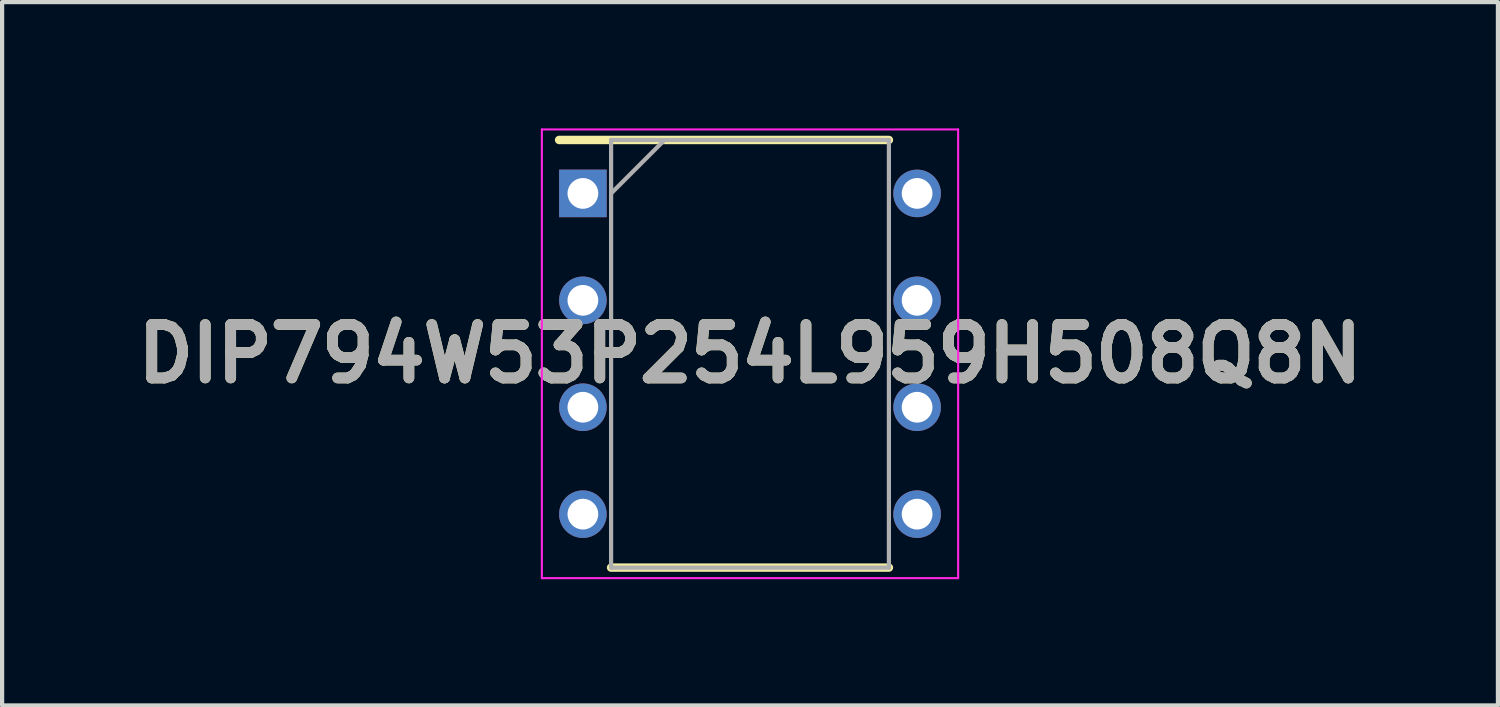
<source format=kicad_pcb>
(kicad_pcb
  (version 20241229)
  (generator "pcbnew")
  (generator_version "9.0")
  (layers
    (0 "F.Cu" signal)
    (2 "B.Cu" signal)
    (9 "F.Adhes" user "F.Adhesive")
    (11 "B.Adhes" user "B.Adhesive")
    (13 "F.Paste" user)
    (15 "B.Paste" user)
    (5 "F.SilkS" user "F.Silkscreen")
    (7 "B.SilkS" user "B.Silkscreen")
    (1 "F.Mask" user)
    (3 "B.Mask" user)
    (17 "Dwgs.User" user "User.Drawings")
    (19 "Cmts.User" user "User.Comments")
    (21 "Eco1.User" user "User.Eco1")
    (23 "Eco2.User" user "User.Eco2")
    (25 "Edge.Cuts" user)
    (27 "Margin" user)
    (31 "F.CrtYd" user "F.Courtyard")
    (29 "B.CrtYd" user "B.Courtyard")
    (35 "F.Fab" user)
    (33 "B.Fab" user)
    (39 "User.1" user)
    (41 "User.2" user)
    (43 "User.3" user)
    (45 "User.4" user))
  (footprint "DIP794W53P254L959H508Q8N"
    (layer "F.Cu")
    (at 14.768 5.355)
    (property "Reference" "DIP794W53P254L959H508Q8N" (at 0 0 0) (layer "F.SilkS") (effects (font (size 1.27 1.27) (thickness 0.254))))
    (attr through_hole)
    (fp_line (start -4.535 -5.08) (end 3.3 -5.08) (stroke (width 0.2) (type solid)) (layer "F.SilkS"))
    (fp_line (start -3.3 5.08) (end 3.3 5.08) (stroke (width 0.2) (type solid)) (layer "F.SilkS"))
    (fp_line (start -4.945 -5.33) (end 4.945 -5.33) (stroke (width 0.05) (type solid)) (layer "F.CrtYd"))
    (fp_line (start -4.945 5.33) (end -4.945 -5.33) (stroke (width 0.05) (type solid)) (layer "F.CrtYd"))
    (fp_line (start 4.945 -5.33) (end 4.945 5.33) (stroke (width 0.05) (type solid)) (layer "F.CrtYd"))
    (fp_line (start 4.945 5.33) (end -4.945 5.33) (stroke (width 0.05) (type solid)) (layer "F.CrtYd"))
    (fp_line (start -3.3 -5.08) (end 3.3 -5.08) (stroke (width 0.1) (type solid)) (layer "F.Fab"))
    (fp_line (start -3.3 -3.81) (end -2.03 -5.08) (stroke (width 0.1) (type solid)) (layer "F.Fab"))
    (fp_line (start -3.3 5.08) (end -3.3 -5.08) (stroke (width 0.1) (type solid)) (layer "F.Fab"))
    (fp_line (start 3.3 -5.08) (end 3.3 5.08) (stroke (width 0.1) (type solid)) (layer "F.Fab"))
    (fp_line (start 3.3 5.08) (end -3.3 5.08) (stroke (width 0.1) (type solid)) (layer "F.Fab"))
    (fp_text user "${REFERENCE}" (at 0 0 0) (layer "F.Fab") (effects (font (size 1.27 1.27) (thickness 0.254))))
    (pad "1" thru_hole rect (at -3.97 -3.81) (size 1.13 1.13) (drill 0.73) (layers "*.Cu" "*.Mask"))
    (pad "2" thru_hole circle (at -3.97 -1.27) (size 1.13 1.13) (drill 0.73) (layers "*.Cu" "*.Mask"))
    (pad "3" thru_hole circle (at -3.97 1.27) (size 1.13 1.13) (drill 0.73) (layers "*.Cu" "*.Mask"))
    (pad "4" thru_hole circle (at -3.97 3.81) (size 1.13 1.13) (drill 0.73) (layers "*.Cu" "*.Mask"))
    (pad "5" thru_hole circle (at 3.97 3.81) (size 1.13 1.13) (drill 0.73) (layers "*.Cu" "*.Mask"))
    (pad "6" thru_hole circle (at 3.97 1.27) (size 1.13 1.13) (drill 0.73) (layers "*.Cu" "*.Mask"))
    (pad "7" thru_hole circle (at 3.97 -1.27) (size 1.13 1.13) (drill 0.73) (layers "*.Cu" "*.Mask"))
    (pad "8" thru_hole circle (at 3.97 -3.81) (size 1.13 1.13) (drill 0.73) (layers "*.Cu" "*.Mask")))
  (gr_rect
    (start -3 -3)
    (end 32.537 13.71)
    (stroke (width 0.1) (type default))
    (fill no)
    (layer "Edge.Cuts")))
</source>
